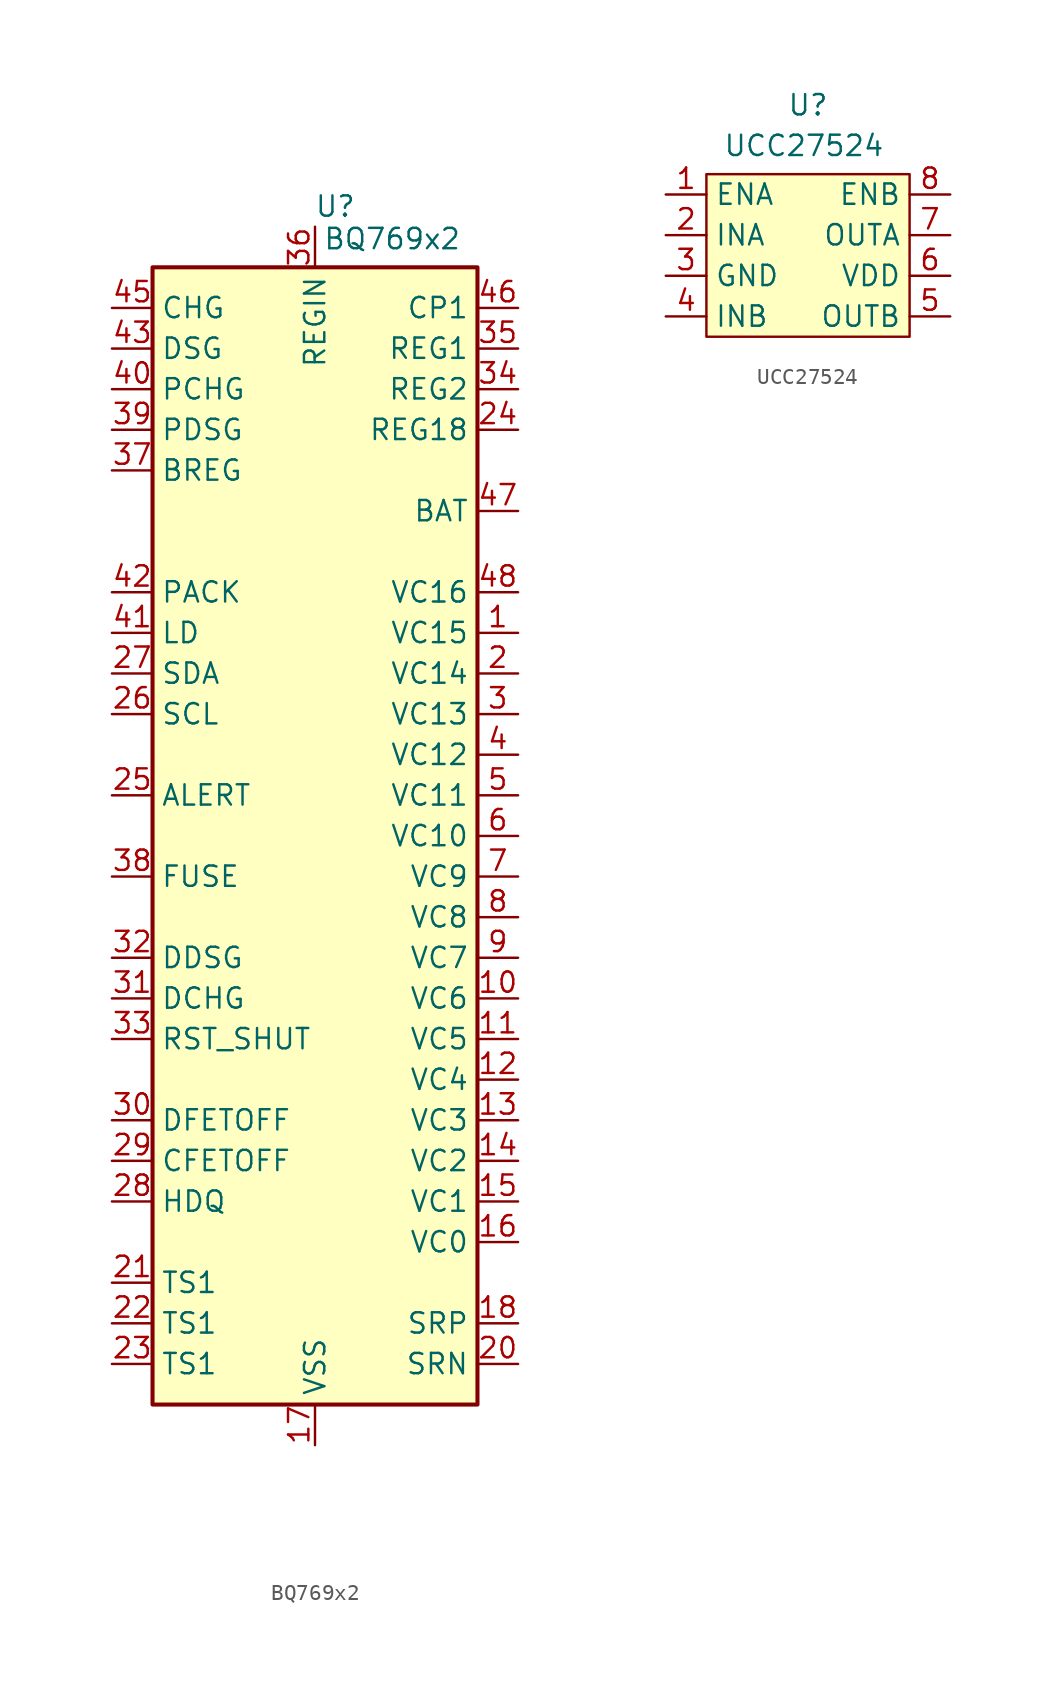
<source format=kicad_sym>
(kicad_symbol_lib
  (version 20231120)
  (generator "kicad_symbol_editor")
  (generator_version "8.0")
  (symbol "BQ769x2"
    (property "Reference" "U"
      (at 1.27 39.37 0)
      (effects (font (size 1.27 1.27))))
    (property "Value" "BQ769x2"
      (at 4.826 37.338 0)
      (effects (font (size 1.27 1.27))))
    (symbol "BQ769x2_1_1"
      (rectangle (start -10.16 35.56) (end 10.16 -35.56) (stroke (width 0.254) (type default)) (fill (type background)))
      (pin input line (at 12.7 12.7 180) (length 2.54) (name "VC15" (effects (font (size 1.27 1.27)))) (number "1" (effects (font (size 1.27 1.27)))))
      (pin input line (at 12.7 -10.16 180) (length 2.54) (name "VC6" (effects (font (size 1.27 1.27)))) (number "10" (effects (font (size 1.27 1.27)))))
      (pin input line (at 12.7 -12.7 180) (length 2.54) (name "VC5" (effects (font (size 1.27 1.27)))) (number "11" (effects (font (size 1.27 1.27)))))
      (pin input line (at 12.7 -15.24 180) (length 2.54) (name "VC4" (effects (font (size 1.27 1.27)))) (number "12" (effects (font (size 1.27 1.27)))))
      (pin input line (at 12.7 -17.78 180) (length 2.54) (name "VC3" (effects (font (size 1.27 1.27)))) (number "13" (effects (font (size 1.27 1.27)))))
      (pin input line (at 12.7 -20.32 180) (length 2.54) (name "VC2" (effects (font (size 1.27 1.27)))) (number "14" (effects (font (size 1.27 1.27)))))
      (pin input line (at 12.7 -22.86 180) (length 2.54) (name "VC1" (effects (font (size 1.27 1.27)))) (number "15" (effects (font (size 1.27 1.27)))))
      (pin input line (at 12.7 -25.4 180) (length 2.54) (name "VC0" (effects (font (size 1.27 1.27)))) (number "16" (effects (font (size 1.27 1.27)))))
      (pin power_in line (at 0 -38.1 90) (length 2.54) (name "VSS" (effects (font (size 1.27 1.27)))) (number "17" (effects (font (size 1.27 1.27)))))
      (pin input line (at 12.7 -30.48 180) (length 2.54) (name "SRP" (effects (font (size 1.27 1.27)))) (number "18" (effects (font (size 1.27 1.27)))))
      (pin no_connect line (at -2.54 -35.56 90) (length 2.54) hide (name "NC" (effects (font (size 1.27 1.27)))) (number "19" (effects (font (size 1.27 1.27)))))
      (pin input line (at 12.7 10.16 180) (length 2.54) (name "VC14" (effects (font (size 1.27 1.27)))) (number "2" (effects (font (size 1.27 1.27)))))
      (pin input line (at 12.7 -33.02 180) (length 2.54) (name "SRN" (effects (font (size 1.27 1.27)))) (number "20" (effects (font (size 1.27 1.27)))))
      (pin input line (at -12.7 -27.94 0) (length 2.54) (name "TS1" (effects (font (size 1.27 1.27)))) (number "21" (effects (font (size 1.27 1.27)))))
      (pin input line (at -12.7 -30.48 0) (length 2.54) (name "TS1" (effects (font (size 1.27 1.27)))) (number "22" (effects (font (size 1.27 1.27)))))
      (pin input line (at -12.7 -33.02 0) (length 2.54) (name "TS1" (effects (font (size 1.27 1.27)))) (number "23" (effects (font (size 1.27 1.27)))))
      (pin power_out line (at 12.7 25.4 180) (length 2.54) (name "REG18" (effects (font (size 1.27 1.27)))) (number "24" (effects (font (size 1.27 1.27)))))
      (pin bidirectional line (at -12.7 2.54 0) (length 2.54) (name "ALERT" (effects (font (size 1.27 1.27)))) (number "25" (effects (font (size 1.27 1.27)))))
      (pin input line (at -12.7 7.62 0) (length 2.54) (name "SCL" (effects (font (size 1.27 1.27)))) (number "26" (effects (font (size 1.27 1.27)))))
      (pin bidirectional line (at -12.7 10.16 0) (length 2.54) (name "SDA" (effects (font (size 1.27 1.27)))) (number "27" (effects (font (size 1.27 1.27)))))
      (pin bidirectional line (at -12.7 -22.86 0) (length 2.54) (name "HDQ" (effects (font (size 1.27 1.27)))) (number "28" (effects (font (size 1.27 1.27)))))
      (pin bidirectional line (at -12.7 -20.32 0) (length 2.54) (name "CFETOFF" (effects (font (size 1.27 1.27)))) (number "29" (effects (font (size 1.27 1.27)))))
      (pin input line (at 12.7 7.62 180) (length 2.54) (name "VC13" (effects (font (size 1.27 1.27)))) (number "3" (effects (font (size 1.27 1.27)))))
      (pin bidirectional line (at -12.7 -17.78 0) (length 2.54) (name "DFETOFF" (effects (font (size 1.27 1.27)))) (number "30" (effects (font (size 1.27 1.27)))))
      (pin bidirectional line (at -12.7 -10.16 0) (length 2.54) (name "DCHG" (effects (font (size 1.27 1.27)))) (number "31" (effects (font (size 1.27 1.27)))))
      (pin bidirectional line (at -12.7 -7.62 0) (length 2.54) (name "DDSG" (effects (font (size 1.27 1.27)))) (number "32" (effects (font (size 1.27 1.27)))))
      (pin input line (at -12.7 -12.7 0) (length 2.54) (name "RST_SHUT" (effects (font (size 1.27 1.27)))) (number "33" (effects (font (size 1.27 1.27)))))
      (pin power_out line (at 12.7 27.94 180) (length 2.54) (name "REG2" (effects (font (size 1.27 1.27)))) (number "34" (effects (font (size 1.27 1.27)))))
      (pin power_out line (at 12.7 30.48 180) (length 2.54) (name "REG1" (effects (font (size 1.27 1.27)))) (number "35" (effects (font (size 1.27 1.27)))))
      (pin power_in line (at 0 38.1 270) (length 2.54) (name "REGIN" (effects (font (size 1.27 1.27)))) (number "36" (effects (font (size 1.27 1.27)))))
      (pin output line (at -12.7 22.86 0) (length 2.54) (name "BREG" (effects (font (size 1.27 1.27)))) (number "37" (effects (font (size 1.27 1.27)))))
      (pin input line (at -12.7 -2.54 0) (length 2.54) (name "FUSE" (effects (font (size 1.27 1.27)))) (number "38" (effects (font (size 1.27 1.27)))))
      (pin output line (at -12.7 25.4 0) (length 2.54) (name "PDSG" (effects (font (size 1.27 1.27)))) (number "39" (effects (font (size 1.27 1.27)))))
      (pin input line (at 12.7 5.08 180) (length 2.54) (name "VC12" (effects (font (size 1.27 1.27)))) (number "4" (effects (font (size 1.27 1.27)))))
      (pin output line (at -12.7 27.94 0) (length 2.54) (name "PCHG" (effects (font (size 1.27 1.27)))) (number "40" (effects (font (size 1.27 1.27)))))
      (pin input line (at -12.7 12.7 0) (length 2.54) (name "LD" (effects (font (size 1.27 1.27)))) (number "41" (effects (font (size 1.27 1.27)))))
      (pin input line (at -12.7 15.24 0) (length 2.54) (name "PACK" (effects (font (size 1.27 1.27)))) (number "42" (effects (font (size 1.27 1.27)))))
      (pin output line (at -12.7 30.48 0) (length 2.54) (name "DSG" (effects (font (size 1.27 1.27)))) (number "43" (effects (font (size 1.27 1.27)))))
      (pin no_connect line (at 2.54 -35.56 90) (length 2.54) hide (name "NC" (effects (font (size 1.27 1.27)))) (number "44" (effects (font (size 1.27 1.27)))))
      (pin output line (at -12.7 33.02 0) (length 2.54) (name "CHG" (effects (font (size 1.27 1.27)))) (number "45" (effects (font (size 1.27 1.27)))))
      (pin power_out line (at 12.7 33.02 180) (length 2.54) (name "CP1" (effects (font (size 1.27 1.27)))) (number "46" (effects (font (size 1.27 1.27)))))
      (pin input line (at 12.7 20.32 180) (length 2.54) (name "BAT" (effects (font (size 1.27 1.27)))) (number "47" (effects (font (size 1.27 1.27)))))
      (pin input line (at 12.7 15.24 180) (length 2.54) (name "VC16" (effects (font (size 1.27 1.27)))) (number "48" (effects (font (size 1.27 1.27)))))
      (pin input line (at 12.7 2.54 180) (length 2.54) (name "VC11" (effects (font (size 1.27 1.27)))) (number "5" (effects (font (size 1.27 1.27)))))
      (pin input line (at 12.7 0 180) (length 2.54) (name "VC10" (effects (font (size 1.27 1.27)))) (number "6" (effects (font (size 1.27 1.27)))))
      (pin input line (at 12.7 -2.54 180) (length 2.54) (name "VC9" (effects (font (size 1.27 1.27)))) (number "7" (effects (font (size 1.27 1.27)))))
      (pin input line (at 12.7 -5.08 180) (length 2.54) (name "VC8" (effects (font (size 1.27 1.27)))) (number "8" (effects (font (size 1.27 1.27)))))
      (pin input line (at 12.7 -7.62 180) (length 2.54) (name "VC7" (effects (font (size 1.27 1.27)))) (number "9" (effects (font (size 1.27 1.27)))))))
  (symbol "UCC27524"
    (property "Reference" "U"
      (at 0 9.398 0)
      (effects (font (size 1.27 1.27))))
    (property "Value" "UCC27524"
      (at -0.254 6.858 0)
      (effects (font (size 1.27 1.27))))
    (symbol "UCC27524_1_1"
      (rectangle (start -6.35 5.08) (end 6.35 -5.08) (stroke (width 0) (type default)) (fill (type background)))
      (pin input line (at -8.89 3.81 0) (length 2.54) (name "ENA" (effects (font (size 1.27 1.27)))) (number "1" (effects (font (size 1.27 1.27)))))
      (pin input line (at -8.89 1.27 0) (length 2.54) (name "INA" (effects (font (size 1.27 1.27)))) (number "2" (effects (font (size 1.27 1.27)))))
      (pin input line (at -8.89 -1.27 0) (length 2.54) (name "GND" (effects (font (size 1.27 1.27)))) (number "3" (effects (font (size 1.27 1.27)))))
      (pin input line (at -8.89 -3.81 0) (length 2.54) (name "INB" (effects (font (size 1.27 1.27)))) (number "4" (effects (font (size 1.27 1.27)))))
      (pin output line (at 8.89 -3.81 180) (length 2.54) (name "OUTB" (effects (font (size 1.27 1.27)))) (number "5" (effects (font (size 1.27 1.27)))))
      (pin input line (at 8.89 -1.27 180) (length 2.54) (name "VDD" (effects (font (size 1.27 1.27)))) (number "6" (effects (font (size 1.27 1.27)))))
      (pin output line (at 8.89 1.27 180) (length 2.54) (name "OUTA" (effects (font (size 1.27 1.27)))) (number "7" (effects (font (size 1.27 1.27)))))
      (pin input line (at 8.89 3.81 180) (length 2.54) (name "ENB" (effects (font (size 1.27 1.27)))) (number "8" (effects (font (size 1.27 1.27))))))))
</source>
